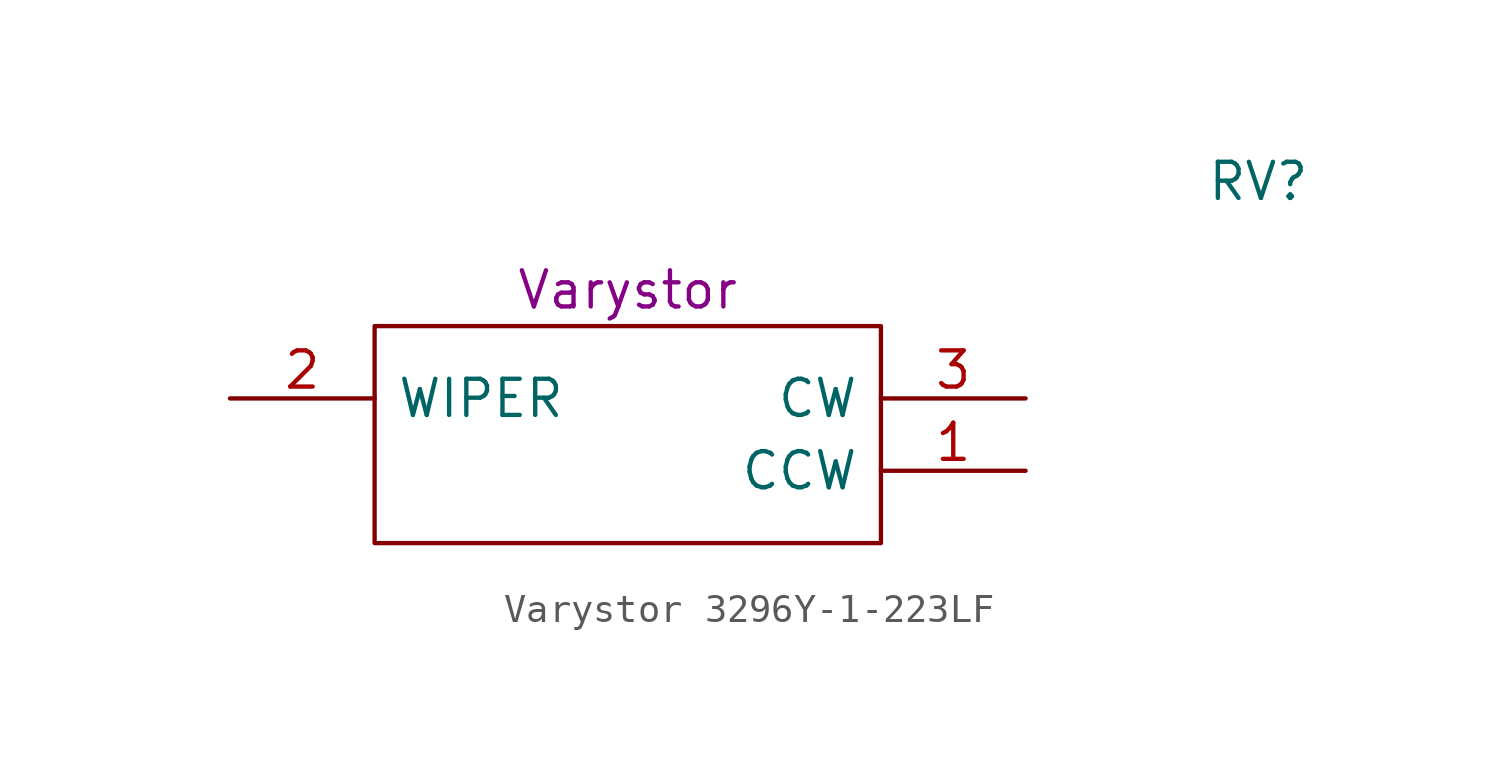
<source format=kicad_sym>
(kicad_symbol_lib
  (version 20211014)
  (generator kicad_symbol_editor)
  (symbol "Varystor 3296Y-1-223LF"
    (pin_names
      (offset 0.762))
    (property "Reference" "RV"
      (at 34.29 7.62 0)
      (effects (font (size 1.27 1.27)) (justify left)))
    (property "Render Name" "Varystor"
      (at 13.97 3.81 0)
      (effects (font (size 1.27 1.27))))
    (symbol "Varystor 3296Y-1-223LF_0_0"
      (pin passive line (at 27.94 -2.54 180) (length 5.08) (name "CCW" (effects (font (size 1.27 1.27)))) (number "1" (effects (font (size 1.27 1.27)))))
      (pin passive line (at 0 0 0) (length 5.08) (name "WIPER" (effects (font (size 1.27 1.27)))) (number "2" (effects (font (size 1.27 1.27)))))
      (pin passive line (at 27.94 0 180) (length 5.08) (name "CW" (effects (font (size 1.27 1.27)))) (number "3" (effects (font (size 1.27 1.27))))))
    (symbol "Varystor 3296Y-1-223LF_0_1"
      (polyline (pts (xy 5.08 2.54) (xy 22.86 2.54) (xy 22.86 -5.08) (xy 5.08 -5.08) (xy 5.08 2.54)) (stroke (width 0.152) (type default) (color 0 0 0 0)) (fill (type none))))))
</source>
